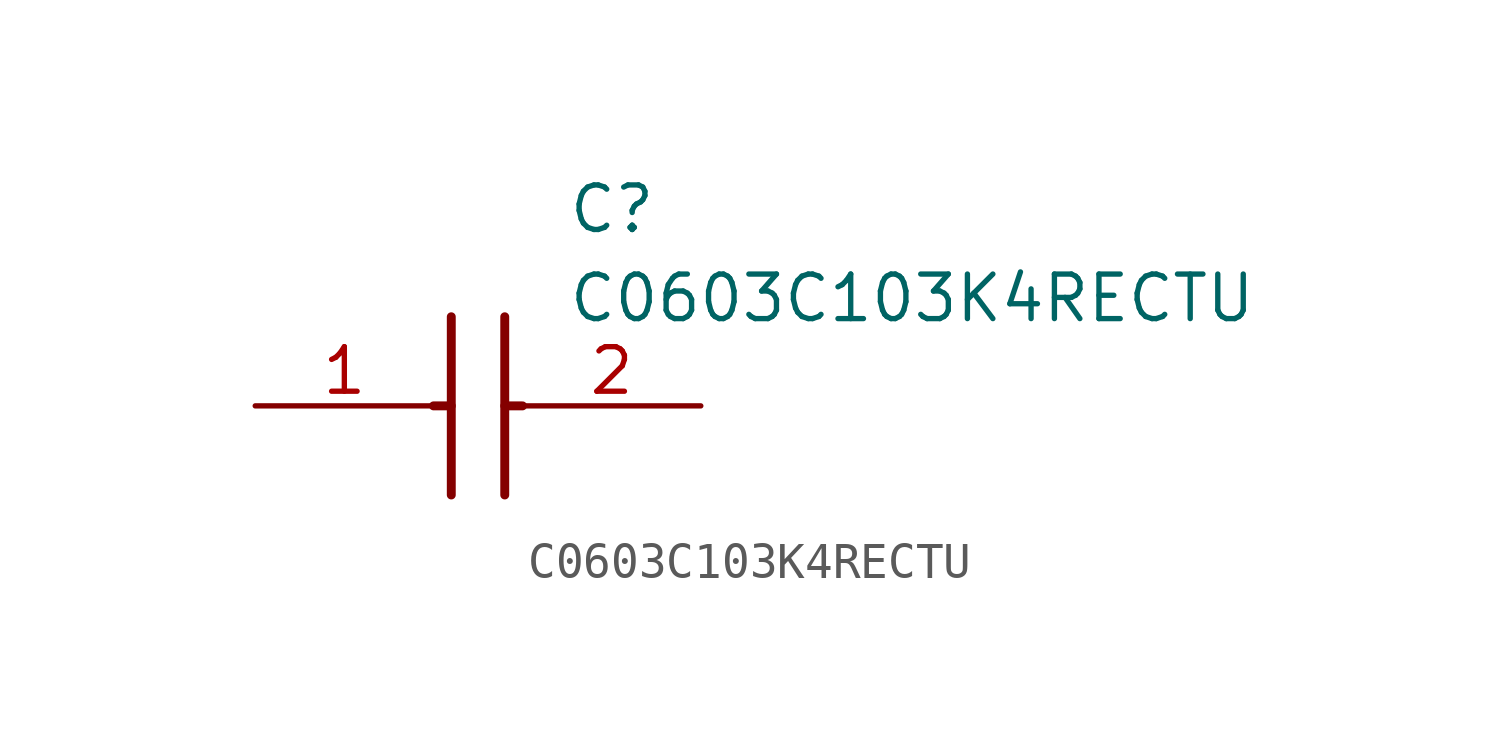
<source format=kicad_sym>
(kicad_symbol_lib
  (version 20211014)
  (generator SamacSys_ECAD_Model)
  (symbol "C0603C103K4RECTU"
    (pin_names hide)
    (property "Reference" "C"
      (at 8.89 6.35 0)
      (effects (font (size 1.27 1.27)) (justify left top)))
    (property "Value" "C0603C103K4RECTU"
      (at 8.89 3.81 0)
      (effects (font (size 1.27 1.27)) (justify left top)))
    (polyline
      (pts (xy 5.588 2.54) (xy 5.588 -2.54))
      (stroke (width 0.254) (type default))
      (fill (type none)))
    (polyline
      (pts (xy 7.112 2.54) (xy 7.112 -2.54))
      (stroke (width 0.254) (type default))
      (fill (type none)))
    (polyline
      (pts (xy 5.08 0) (xy 5.588 0))
      (stroke (width 0.254) (type default))
      (fill (type none)))
    (polyline
      (pts (xy 7.112 0) (xy 7.62 0))
      (stroke (width 0.254) (type default))
      (fill (type none)))
    (pin passive line
      (at 0 0 0)
      (length 5.08)
      (name "1" (effects (font (size 1.27 1.27))))
      (number "1" (effects (font (size 1.27 1.27)))))
    (pin passive line
      (at 12.7 0 180)
      (length 5.08)
      (name "2" (effects (font (size 1.27 1.27))))
      (number "2" (effects (font (size 1.27 1.27)))))))
</source>
